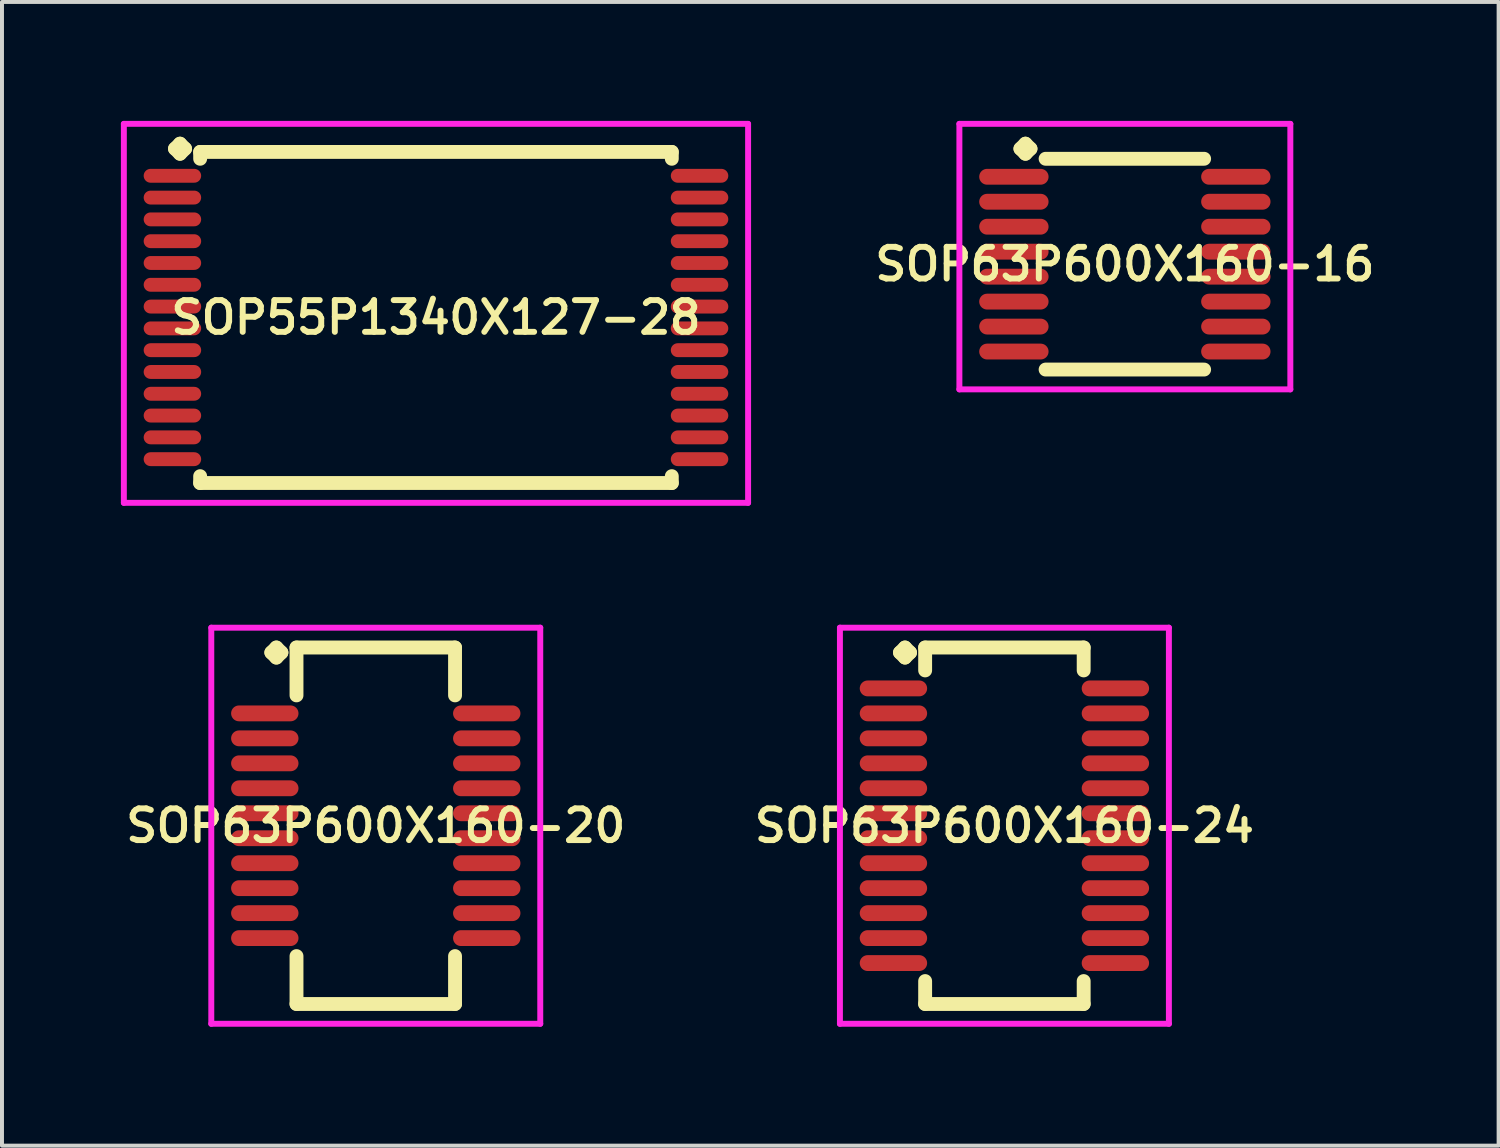
<source format=kicad_pcb>
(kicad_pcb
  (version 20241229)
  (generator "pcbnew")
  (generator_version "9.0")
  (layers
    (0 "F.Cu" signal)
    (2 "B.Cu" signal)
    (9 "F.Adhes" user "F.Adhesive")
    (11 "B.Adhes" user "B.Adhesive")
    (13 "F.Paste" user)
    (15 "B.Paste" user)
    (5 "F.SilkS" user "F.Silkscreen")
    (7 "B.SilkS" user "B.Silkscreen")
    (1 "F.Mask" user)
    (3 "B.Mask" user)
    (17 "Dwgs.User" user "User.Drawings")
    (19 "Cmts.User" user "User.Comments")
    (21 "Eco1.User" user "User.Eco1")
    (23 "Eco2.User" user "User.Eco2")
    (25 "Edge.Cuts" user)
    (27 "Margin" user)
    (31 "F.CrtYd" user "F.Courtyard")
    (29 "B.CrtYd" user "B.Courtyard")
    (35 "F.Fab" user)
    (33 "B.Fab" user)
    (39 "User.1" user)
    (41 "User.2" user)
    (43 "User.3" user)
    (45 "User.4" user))
  (footprint "SOP63P600X160-20"
    (layer "F.Cu")
    (at 6.431 17.784)
    (property "Reference" "SOP63P600X160-20" (at 0 0 0) (layer "F.SilkS") (effects (font (size 0.8 0.8) (thickness 0.15))))
    (attr smd)
    (fp_line (start -2.635 -4.37) (end -2.508 -4.497) (stroke (width 0.35) (type solid)) (layer "F.SilkS"))
    (fp_line (start -2.508 -4.497) (end -2.381 -4.37) (stroke (width 0.35) (type solid)) (layer "F.SilkS"))
    (fp_line (start -2.508 -4.243) (end -2.635 -4.37) (stroke (width 0.35) (type solid)) (layer "F.SilkS"))
    (fp_line (start -2.381 -4.37) (end -2.508 -4.243) (stroke (width 0.35) (type solid)) (layer "F.SilkS"))
    (fp_line (start -2 -4.497) (end 2 -4.497) (stroke (width 0.35) (type solid)) (layer "F.SilkS"))
    (fp_line (start -2 -3.289) (end -2 -4.497) (stroke (width 0.35) (type solid)) (layer "F.SilkS"))
    (fp_line (start -2 3.289) (end -2 4.497) (stroke (width 0.35) (type solid)) (layer "F.SilkS"))
    (fp_line (start -2 4.497) (end 2 4.497) (stroke (width 0.35) (type solid)) (layer "F.SilkS"))
    (fp_line (start 2 -4.497) (end 2 -3.289) (stroke (width 0.35) (type solid)) (layer "F.SilkS"))
    (fp_line (start 2 4.497) (end 2 3.289) (stroke (width 0.35) (type solid)) (layer "F.SilkS"))
    (fp_line (start -4.15 -4.997) (end 4.15 -4.997) (stroke (width 0.15) (type solid)) (layer "F.CrtYd"))
    (fp_line (start -4.15 4.997) (end -4.15 -4.997) (stroke (width 0.15) (type solid)) (layer "F.CrtYd"))
    (fp_line (start 4.15 -4.997) (end 4.15 4.997) (stroke (width 0.15) (type solid)) (layer "F.CrtYd"))
    (fp_line (start 4.15 4.997) (end -4.15 4.997) (stroke (width 0.15) (type solid)) (layer "F.CrtYd"))
    (pad "1" smd oval (at -2.8 -2.835) (size 1.7 0.4) (layers "F.Cu" "F.Mask" "F.Paste"))
    (pad "2" smd oval (at -2.8 -2.205) (size 1.7 0.4) (layers "F.Cu" "F.Mask" "F.Paste"))
    (pad "3" smd oval (at -2.8 -1.575) (size 1.7 0.4) (layers "F.Cu" "F.Mask" "F.Paste"))
    (pad "4" smd oval (at -2.8 -0.945) (size 1.7 0.4) (layers "F.Cu" "F.Mask" "F.Paste"))
    (pad "5" smd oval (at -2.8 -0.315) (size 1.7 0.4) (layers "F.Cu" "F.Mask" "F.Paste"))
    (pad "6" smd oval (at -2.8 0.315) (size 1.7 0.4) (layers "F.Cu" "F.Mask" "F.Paste"))
    (pad "7" smd oval (at -2.8 0.945) (size 1.7 0.4) (layers "F.Cu" "F.Mask" "F.Paste"))
    (pad "8" smd oval (at -2.8 1.575) (size 1.7 0.4) (layers "F.Cu" "F.Mask" "F.Paste"))
    (pad "9" smd oval (at -2.8 2.205) (size 1.7 0.4) (layers "F.Cu" "F.Mask" "F.Paste"))
    (pad "10" smd oval (at -2.8 2.835) (size 1.7 0.4) (layers "F.Cu" "F.Mask" "F.Paste"))
    (pad "11" smd oval (at 2.8 2.835) (size 1.7 0.4) (layers "F.Cu" "F.Mask" "F.Paste"))
    (pad "12" smd oval (at 2.8 2.205) (size 1.7 0.4) (layers "F.Cu" "F.Mask" "F.Paste"))
    (pad "13" smd oval (at 2.8 1.575) (size 1.7 0.4) (layers "F.Cu" "F.Mask" "F.Paste"))
    (pad "14" smd oval (at 2.8 0.945) (size 1.7 0.4) (layers "F.Cu" "F.Mask" "F.Paste"))
    (pad "15" smd oval (at 2.8 0.315) (size 1.7 0.4) (layers "F.Cu" "F.Mask" "F.Paste"))
    (pad "16" smd oval (at 2.8 -0.315) (size 1.7 0.4) (layers "F.Cu" "F.Mask" "F.Paste"))
    (pad "17" smd oval (at 2.8 -0.945) (size 1.7 0.4) (layers "F.Cu" "F.Mask" "F.Paste"))
    (pad "18" smd oval (at 2.8 -1.575) (size 1.7 0.4) (layers "F.Cu" "F.Mask" "F.Paste"))
    (pad "19" smd oval (at 2.8 -2.205) (size 1.7 0.4) (layers "F.Cu" "F.Mask" "F.Paste"))
    (pad "20" smd oval (at 2.8 -2.835) (size 1.7 0.4) (layers "F.Cu" "F.Mask" "F.Paste")))
  (footprint "SOP63P600X160-16"
    (layer "F.Cu")
    (at 25.331 3.615)
    (property "Reference" "SOP63P600X160-16" (at 0 0 0) (layer "F.SilkS") (effects (font (size 0.8 0.8) (thickness 0.15))))
    (attr smd)
    (fp_line (start -2.635 -2.913) (end -2.508 -3.04) (stroke (width 0.35) (type solid)) (layer "F.SilkS"))
    (fp_line (start -2.508 -3.04) (end -2.381 -2.913) (stroke (width 0.35) (type solid)) (layer "F.SilkS"))
    (fp_line (start -2.508 -2.786) (end -2.635 -2.913) (stroke (width 0.35) (type solid)) (layer "F.SilkS"))
    (fp_line (start -2.381 -2.913) (end -2.508 -2.786) (stroke (width 0.35) (type solid)) (layer "F.SilkS"))
    (fp_line (start -2 -2.659) (end 2 -2.659) (stroke (width 0.35) (type solid)) (layer "F.SilkS"))
    (fp_line (start -2 2.659) (end 2 2.659) (stroke (width 0.35) (type solid)) (layer "F.SilkS"))
    (fp_line (start -4.175 -3.54) (end 4.175 -3.54) (stroke (width 0.15) (type solid)) (layer "F.CrtYd"))
    (fp_line (start -4.175 3.159) (end -4.175 -3.54) (stroke (width 0.15) (type solid)) (layer "F.CrtYd"))
    (fp_line (start 4.175 -3.54) (end 4.175 3.159) (stroke (width 0.15) (type solid)) (layer "F.CrtYd"))
    (fp_line (start 4.175 3.159) (end -4.175 3.159) (stroke (width 0.15) (type solid)) (layer "F.CrtYd"))
    (pad "1" smd oval (at -2.8 -2.205) (size 1.75 0.4) (layers "F.Cu" "F.Mask" "F.Paste"))
    (pad "2" smd oval (at -2.8 -1.575) (size 1.75 0.4) (layers "F.Cu" "F.Mask" "F.Paste"))
    (pad "3" smd oval (at -2.8 -0.945) (size 1.75 0.4) (layers "F.Cu" "F.Mask" "F.Paste"))
    (pad "4" smd oval (at -2.8 -0.315) (size 1.75 0.4) (layers "F.Cu" "F.Mask" "F.Paste"))
    (pad "5" smd oval (at -2.8 0.315) (size 1.75 0.4) (layers "F.Cu" "F.Mask" "F.Paste"))
    (pad "6" smd oval (at -2.8 0.945) (size 1.75 0.4) (layers "F.Cu" "F.Mask" "F.Paste"))
    (pad "7" smd oval (at -2.8 1.575) (size 1.75 0.4) (layers "F.Cu" "F.Mask" "F.Paste"))
    (pad "8" smd oval (at -2.8 2.205) (size 1.75 0.4) (layers "F.Cu" "F.Mask" "F.Paste"))
    (pad "9" smd oval (at 2.8 2.205) (size 1.75 0.4) (layers "F.Cu" "F.Mask" "F.Paste"))
    (pad "10" smd oval (at 2.8 1.575) (size 1.75 0.4) (layers "F.Cu" "F.Mask" "F.Paste"))
    (pad "11" smd oval (at 2.8 0.945) (size 1.75 0.4) (layers "F.Cu" "F.Mask" "F.Paste"))
    (pad "12" smd oval (at 2.8 0.315) (size 1.75 0.4) (layers "F.Cu" "F.Mask" "F.Paste"))
    (pad "13" smd oval (at 2.8 -0.315) (size 1.75 0.4) (layers "F.Cu" "F.Mask" "F.Paste"))
    (pad "14" smd oval (at 2.8 -0.945) (size 1.75 0.4) (layers "F.Cu" "F.Mask" "F.Paste"))
    (pad "15" smd oval (at 2.8 -1.575) (size 1.75 0.4) (layers "F.Cu" "F.Mask" "F.Paste"))
    (pad "16" smd oval (at 2.8 -2.205) (size 1.75 0.4) (layers "F.Cu" "F.Mask" "F.Paste")))
  (footprint "SOP55P1340X127-28"
    (layer "F.Cu")
    (at 7.95 4.96)
    (property "Reference" "SOP55P1340X127-28" (at 0 0 0) (layer "F.SilkS") (effects (font (size 0.8 0.8) (thickness 0.15))))
    (attr smd)
    (fp_line (start -6.585 -4.258) (end -6.458 -4.385) (stroke (width 0.35) (type solid)) (layer "F.SilkS"))
    (fp_line (start -6.458 -4.385) (end -6.331 -4.258) (stroke (width 0.35) (type solid)) (layer "F.SilkS"))
    (fp_line (start -6.458 -4.131) (end -6.585 -4.258) (stroke (width 0.35) (type solid)) (layer "F.SilkS"))
    (fp_line (start -6.331 -4.258) (end -6.458 -4.131) (stroke (width 0.35) (type solid)) (layer "F.SilkS"))
    (fp_line (start -5.95 -4.177) (end 5.95 -4.177) (stroke (width 0.35) (type solid)) (layer "F.SilkS"))
    (fp_line (start -5.95 -4.004) (end -5.95 -4.177) (stroke (width 0.35) (type solid)) (layer "F.SilkS"))
    (fp_line (start -5.95 4.004) (end -5.95 4.177) (stroke (width 0.35) (type solid)) (layer "F.SilkS"))
    (fp_line (start -5.95 4.177) (end 5.95 4.177) (stroke (width 0.35) (type solid)) (layer "F.SilkS"))
    (fp_line (start 5.95 -4.177) (end 5.95 -4.004) (stroke (width 0.35) (type solid)) (layer "F.SilkS"))
    (fp_line (start 5.95 4.177) (end 5.95 4.004) (stroke (width 0.35) (type solid)) (layer "F.SilkS"))
    (fp_line (start -7.875 -4.885) (end 7.875 -4.885) (stroke (width 0.15) (type solid)) (layer "F.CrtYd"))
    (fp_line (start -7.875 4.677) (end -7.875 -4.885) (stroke (width 0.15) (type solid)) (layer "F.CrtYd"))
    (fp_line (start 7.875 -4.885) (end 7.875 4.677) (stroke (width 0.15) (type solid)) (layer "F.CrtYd"))
    (fp_line (start 7.875 4.677) (end -7.875 4.677) (stroke (width 0.15) (type solid)) (layer "F.CrtYd"))
    (pad "1" smd oval (at -6.65 -3.575) (size 1.45 0.35) (layers "F.Cu" "F.Mask" "F.Paste"))
    (pad "2" smd oval (at -6.65 -3.025) (size 1.45 0.35) (layers "F.Cu" "F.Mask" "F.Paste"))
    (pad "3" smd oval (at -6.65 -2.475) (size 1.45 0.35) (layers "F.Cu" "F.Mask" "F.Paste"))
    (pad "4" smd oval (at -6.65 -1.925) (size 1.45 0.35) (layers "F.Cu" "F.Mask" "F.Paste"))
    (pad "5" smd oval (at -6.65 -1.375) (size 1.45 0.35) (layers "F.Cu" "F.Mask" "F.Paste"))
    (pad "6" smd oval (at -6.65 -0.825) (size 1.45 0.35) (layers "F.Cu" "F.Mask" "F.Paste"))
    (pad "7" smd oval (at -6.65 -0.275) (size 1.45 0.35) (layers "F.Cu" "F.Mask" "F.Paste"))
    (pad "8" smd oval (at -6.65 0.275) (size 1.45 0.35) (layers "F.Cu" "F.Mask" "F.Paste"))
    (pad "9" smd oval (at -6.65 0.825) (size 1.45 0.35) (layers "F.Cu" "F.Mask" "F.Paste"))
    (pad "10" smd oval (at -6.65 1.375) (size 1.45 0.35) (layers "F.Cu" "F.Mask" "F.Paste"))
    (pad "11" smd oval (at -6.65 1.925) (size 1.45 0.35) (layers "F.Cu" "F.Mask" "F.Paste"))
    (pad "12" smd oval (at -6.65 2.475) (size 1.45 0.35) (layers "F.Cu" "F.Mask" "F.Paste"))
    (pad "13" smd oval (at -6.65 3.025) (size 1.45 0.35) (layers "F.Cu" "F.Mask" "F.Paste"))
    (pad "14" smd oval (at -6.65 3.575) (size 1.45 0.35) (layers "F.Cu" "F.Mask" "F.Paste"))
    (pad "15" smd oval (at 6.65 3.575) (size 1.45 0.35) (layers "F.Cu" "F.Mask" "F.Paste"))
    (pad "16" smd oval (at 6.65 3.025) (size 1.45 0.35) (layers "F.Cu" "F.Mask" "F.Paste"))
    (pad "17" smd oval (at 6.65 2.475) (size 1.45 0.35) (layers "F.Cu" "F.Mask" "F.Paste"))
    (pad "18" smd oval (at 6.65 1.925) (size 1.45 0.35) (layers "F.Cu" "F.Mask" "F.Paste"))
    (pad "19" smd oval (at 6.65 1.375) (size 1.45 0.35) (layers "F.Cu" "F.Mask" "F.Paste"))
    (pad "20" smd oval (at 6.65 0.825) (size 1.45 0.35) (layers "F.Cu" "F.Mask" "F.Paste"))
    (pad "21" smd oval (at 6.65 0.275) (size 1.45 0.35) (layers "F.Cu" "F.Mask" "F.Paste"))
    (pad "22" smd oval (at 6.65 -0.275) (size 1.45 0.35) (layers "F.Cu" "F.Mask" "F.Paste"))
    (pad "23" smd oval (at 6.65 -0.825) (size 1.45 0.35) (layers "F.Cu" "F.Mask" "F.Paste"))
    (pad "24" smd oval (at 6.65 -1.375) (size 1.45 0.35) (layers "F.Cu" "F.Mask" "F.Paste"))
    (pad "25" smd oval (at 6.65 -1.925) (size 1.45 0.35) (layers "F.Cu" "F.Mask" "F.Paste"))
    (pad "26" smd oval (at 6.65 -2.475) (size 1.45 0.35) (layers "F.Cu" "F.Mask" "F.Paste"))
    (pad "27" smd oval (at 6.65 -3.025) (size 1.45 0.35) (layers "F.Cu" "F.Mask" "F.Paste"))
    (pad "28" smd oval (at 6.65 -3.575) (size 1.45 0.35) (layers "F.Cu" "F.Mask" "F.Paste")))
  (footprint "SOP63P600X160-24"
    (layer "F.Cu")
    (at 22.292 17.784)
    (property "Reference" "SOP63P600X160-24" (at 0 0 0) (layer "F.SilkS") (effects (font (size 0.8 0.8) (thickness 0.15))))
    (attr smd)
    (fp_line (start -2.635 -4.37) (end -2.508 -4.497) (stroke (width 0.35) (type solid)) (layer "F.SilkS"))
    (fp_line (start -2.508 -4.497) (end -2.381 -4.37) (stroke (width 0.35) (type solid)) (layer "F.SilkS"))
    (fp_line (start -2.508 -4.243) (end -2.635 -4.37) (stroke (width 0.35) (type solid)) (layer "F.SilkS"))
    (fp_line (start -2.381 -4.37) (end -2.508 -4.243) (stroke (width 0.35) (type solid)) (layer "F.SilkS"))
    (fp_line (start -2 -4.497) (end 2 -4.497) (stroke (width 0.35) (type solid)) (layer "F.SilkS"))
    (fp_line (start -2 -3.919) (end -2 -4.497) (stroke (width 0.35) (type solid)) (layer "F.SilkS"))
    (fp_line (start -2 3.919) (end -2 4.497) (stroke (width 0.35) (type solid)) (layer "F.SilkS"))
    (fp_line (start -2 4.497) (end 2 4.497) (stroke (width 0.35) (type solid)) (layer "F.SilkS"))
    (fp_line (start 2 -4.497) (end 2 -3.919) (stroke (width 0.35) (type solid)) (layer "F.SilkS"))
    (fp_line (start 2 4.497) (end 2 3.919) (stroke (width 0.35) (type solid)) (layer "F.SilkS"))
    (fp_line (start -4.15 -4.997) (end 4.15 -4.997) (stroke (width 0.15) (type solid)) (layer "F.CrtYd"))
    (fp_line (start -4.15 4.997) (end -4.15 -4.997) (stroke (width 0.15) (type solid)) (layer "F.CrtYd"))
    (fp_line (start 4.15 -4.997) (end 4.15 4.997) (stroke (width 0.15) (type solid)) (layer "F.CrtYd"))
    (fp_line (start 4.15 4.997) (end -4.15 4.997) (stroke (width 0.15) (type solid)) (layer "F.CrtYd"))
    (pad "1" smd oval (at -2.8 -3.465) (size 1.7 0.4) (layers "F.Cu" "F.Mask" "F.Paste"))
    (pad "2" smd oval (at -2.8 -2.835) (size 1.7 0.4) (layers "F.Cu" "F.Mask" "F.Paste"))
    (pad "3" smd oval (at -2.8 -2.205) (size 1.7 0.4) (layers "F.Cu" "F.Mask" "F.Paste"))
    (pad "4" smd oval (at -2.8 -1.575) (size 1.7 0.4) (layers "F.Cu" "F.Mask" "F.Paste"))
    (pad "5" smd oval (at -2.8 -0.945) (size 1.7 0.4) (layers "F.Cu" "F.Mask" "F.Paste"))
    (pad "6" smd oval (at -2.8 -0.315) (size 1.7 0.4) (layers "F.Cu" "F.Mask" "F.Paste"))
    (pad "7" smd oval (at -2.8 0.315) (size 1.7 0.4) (layers "F.Cu" "F.Mask" "F.Paste"))
    (pad "8" smd oval (at -2.8 0.945) (size 1.7 0.4) (layers "F.Cu" "F.Mask" "F.Paste"))
    (pad "9" smd oval (at -2.8 1.575) (size 1.7 0.4) (layers "F.Cu" "F.Mask" "F.Paste"))
    (pad "10" smd oval (at -2.8 2.205) (size 1.7 0.4) (layers "F.Cu" "F.Mask" "F.Paste"))
    (pad "11" smd oval (at -2.8 2.835) (size 1.7 0.4) (layers "F.Cu" "F.Mask" "F.Paste"))
    (pad "12" smd oval (at -2.8 3.465) (size 1.7 0.4) (layers "F.Cu" "F.Mask" "F.Paste"))
    (pad "13" smd oval (at 2.8 3.465) (size 1.7 0.4) (layers "F.Cu" "F.Mask" "F.Paste"))
    (pad "14" smd oval (at 2.8 2.835) (size 1.7 0.4) (layers "F.Cu" "F.Mask" "F.Paste"))
    (pad "15" smd oval (at 2.8 2.205) (size 1.7 0.4) (layers "F.Cu" "F.Mask" "F.Paste"))
    (pad "16" smd oval (at 2.8 1.575) (size 1.7 0.4) (layers "F.Cu" "F.Mask" "F.Paste"))
    (pad "17" smd oval (at 2.8 0.945) (size 1.7 0.4) (layers "F.Cu" "F.Mask" "F.Paste"))
    (pad "18" smd oval (at 2.8 0.315) (size 1.7 0.4) (layers "F.Cu" "F.Mask" "F.Paste"))
    (pad "19" smd oval (at 2.8 -0.315) (size 1.7 0.4) (layers "F.Cu" "F.Mask" "F.Paste"))
    (pad "20" smd oval (at 2.8 -0.945) (size 1.7 0.4) (layers "F.Cu" "F.Mask" "F.Paste"))
    (pad "21" smd oval (at 2.8 -1.575) (size 1.7 0.4) (layers "F.Cu" "F.Mask" "F.Paste"))
    (pad "22" smd oval (at 2.8 -2.205) (size 1.7 0.4) (layers "F.Cu" "F.Mask" "F.Paste"))
    (pad "23" smd oval (at 2.8 -2.835) (size 1.7 0.4) (layers "F.Cu" "F.Mask" "F.Paste"))
    (pad "24" smd oval (at 2.8 -3.465) (size 1.7 0.4) (layers "F.Cu" "F.Mask" "F.Paste")))
  (gr_rect
    (start -3 -3)
    (end 34.761 25.856)
    (stroke (width 0.1) (type default))
    (fill no)
    (layer "Edge.Cuts")))
</source>
